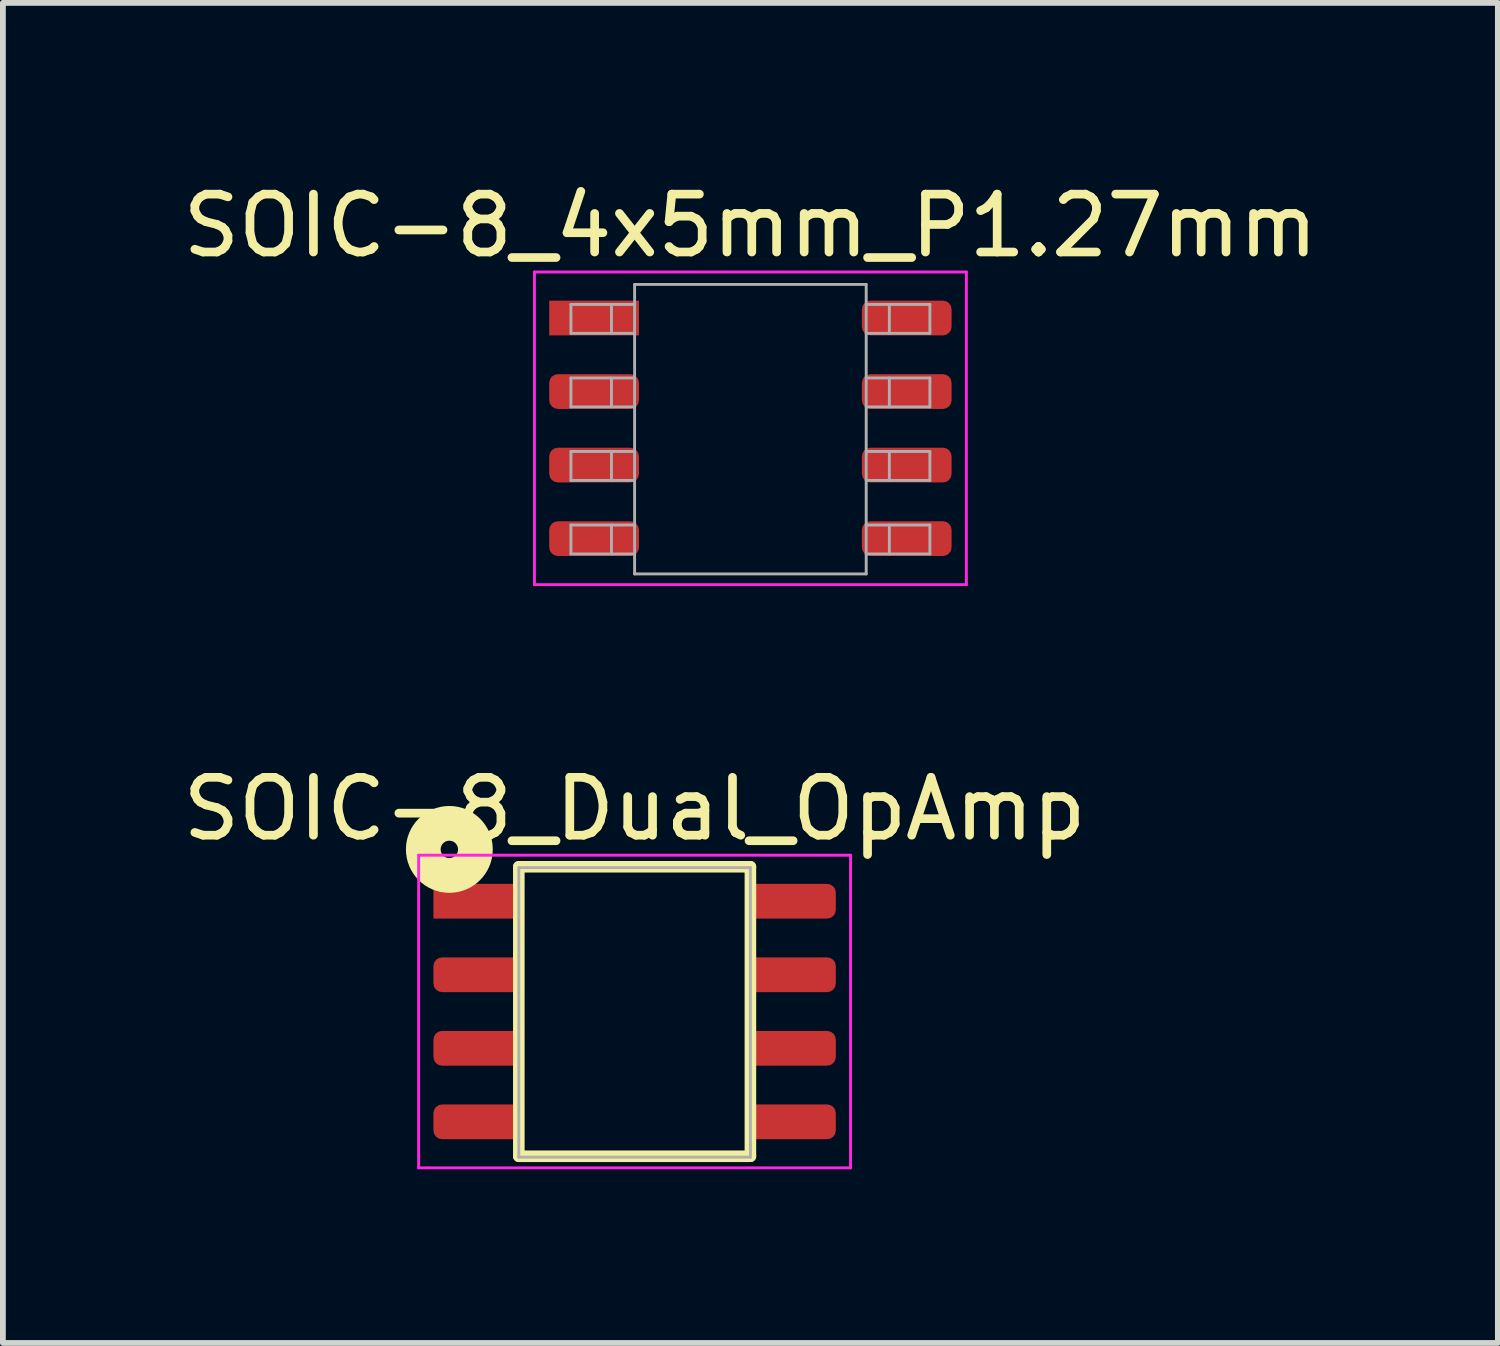
<source format=kicad_pcb>
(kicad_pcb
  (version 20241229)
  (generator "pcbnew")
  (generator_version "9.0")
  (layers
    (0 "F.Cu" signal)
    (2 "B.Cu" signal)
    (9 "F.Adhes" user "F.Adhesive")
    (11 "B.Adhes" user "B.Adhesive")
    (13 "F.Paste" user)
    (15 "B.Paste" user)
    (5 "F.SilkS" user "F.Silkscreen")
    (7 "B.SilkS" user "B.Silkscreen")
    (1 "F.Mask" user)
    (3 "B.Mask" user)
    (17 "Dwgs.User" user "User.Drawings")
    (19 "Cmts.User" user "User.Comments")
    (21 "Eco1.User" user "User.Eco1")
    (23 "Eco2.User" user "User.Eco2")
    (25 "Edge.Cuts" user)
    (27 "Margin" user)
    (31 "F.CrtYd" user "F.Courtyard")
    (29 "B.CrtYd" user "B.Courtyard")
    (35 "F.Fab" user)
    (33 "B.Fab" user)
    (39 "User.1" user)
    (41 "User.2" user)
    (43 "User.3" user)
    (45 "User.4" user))
  (footprint "SOIC-8_4x5mm_P1.27mm"
    (layer "F.Cu")
    (at 9.911 4.348)
    (property "Reference" "SOIC-8_4x5mm_P1.27mm" (at 0 -3.5 0) (layer "F.SilkS") (effects (font (size 1 1) (thickness 0.15))))
    (attr smd)
    (fp_line (start -3.73 -2.7) (end -3.73 2.7) (stroke (width 0.05) (type solid)) (layer "F.CrtYd"))
    (fp_line (start -3.73 -2.7) (end 3.73 -2.7) (stroke (width 0.05) (type solid)) (layer "F.CrtYd"))
    (fp_line (start -3.73 2.7) (end 3.73 2.7) (stroke (width 0.05) (type solid)) (layer "F.CrtYd"))
    (fp_line (start 3.73 -2.7) (end 3.73 2.7) (stroke (width 0.05) (type solid)) (layer "F.CrtYd"))
    (fp_line (start -3.1 -0.37) (end -2 -0.37) (stroke (width 0.05) (type solid)) (layer "F.Fab"))
    (fp_line (start -3.1 0.4) (end -3.1 0.9) (stroke (width 0.05) (type solid)) (layer "F.Fab"))
    (fp_line (start -3.1 0.9) (end -2 0.9) (stroke (width 0.05) (type solid)) (layer "F.Fab"))
    (fp_line (start -3.1 1.67) (end -3.1 2.17) (stroke (width 0.05) (type solid)) (layer "F.Fab"))
    (fp_line (start -3.1 2.17) (end -2 2.17) (stroke (width 0.05) (type solid)) (layer "F.Fab"))
    (fp_line (start -3.1 -2.14) (end -3.1 -1.64) (stroke (width 0.05) (type solid)) (layer "F.Fab"))
    (fp_line (start -3.1 -1.64) (end -2 -1.64) (stroke (width 0.05) (type solid)) (layer "F.Fab"))
    (fp_line (start -3.1 -0.87) (end -3.1 -0.37) (stroke (width 0.05) (type solid)) (layer "F.Fab"))
    (fp_line (start -2.4 -2.14) (end -2.4 -1.64) (stroke (width 0.05) (type solid)) (layer "F.Fab"))
    (fp_line (start -2.4 -0.87) (end -2.4 -0.37) (stroke (width 0.05) (type solid)) (layer "F.Fab"))
    (fp_line (start -2.4 0.4) (end -2.4 0.9) (stroke (width 0.05) (type solid)) (layer "F.Fab"))
    (fp_line (start -2.4 1.67) (end -2.4 2.17) (stroke (width 0.05) (type solid)) (layer "F.Fab"))
    (fp_line (start -2 -2.485) (end -2 2.515) (stroke (width 0.05) (type solid)) (layer "F.Fab"))
    (fp_line (start -2 -0.87) (end -3.1 -0.87) (stroke (width 0.05) (type solid)) (layer "F.Fab"))
    (fp_line (start -2 0.4) (end -3.1 0.4) (stroke (width 0.05) (type solid)) (layer "F.Fab"))
    (fp_line (start -2 1.67) (end -3.1 1.67) (stroke (width 0.05) (type solid)) (layer "F.Fab"))
    (fp_line (start -2 2.515) (end 2 2.515) (stroke (width 0.05) (type solid)) (layer "F.Fab"))
    (fp_line (start -2 -2.14) (end -3.1 -2.14) (stroke (width 0.05) (type solid)) (layer "F.Fab"))
    (fp_line (start 2 -2.485) (end -2 -2.485) (stroke (width 0.05) (type solid)) (layer "F.Fab"))
    (fp_line (start 2 -2.14) (end 3.1 -2.14) (stroke (width 0.05) (type solid)) (layer "F.Fab"))
    (fp_line (start 2 -0.87) (end 3.1 -0.87) (stroke (width 0.05) (type solid)) (layer "F.Fab"))
    (fp_line (start 2 0.4) (end 3.1 0.4) (stroke (width 0.05) (type solid)) (layer "F.Fab"))
    (fp_line (start 2 1.67) (end 3.1 1.67) (stroke (width 0.05) (type solid)) (layer "F.Fab"))
    (fp_line (start 2 2.515) (end 2 -2.485) (stroke (width 0.05) (type solid)) (layer "F.Fab"))
    (fp_line (start 2.4 -2.14) (end 2.4 -1.64) (stroke (width 0.05) (type solid)) (layer "F.Fab"))
    (fp_line (start 2.4 -0.87) (end 2.4 -0.37) (stroke (width 0.05) (type solid)) (layer "F.Fab"))
    (fp_line (start 2.4 0.4) (end 2.4 0.9) (stroke (width 0.05) (type solid)) (layer "F.Fab"))
    (fp_line (start 2.4 1.67) (end 2.4 2.17) (stroke (width 0.05) (type solid)) (layer "F.Fab"))
    (fp_line (start 3.1 -2.14) (end 3.1 -1.64) (stroke (width 0.05) (type solid)) (layer "F.Fab"))
    (fp_line (start 3.1 -1.64) (end 2 -1.64) (stroke (width 0.05) (type solid)) (layer "F.Fab"))
    (fp_line (start 3.1 -0.87) (end 3.1 -0.37) (stroke (width 0.05) (type solid)) (layer "F.Fab"))
    (fp_line (start 3.1 -0.37) (end 2 -0.37) (stroke (width 0.05) (type solid)) (layer "F.Fab"))
    (fp_line (start 3.1 0.4) (end 3.1 0.9) (stroke (width 0.05) (type solid)) (layer "F.Fab"))
    (fp_line (start 3.1 0.9) (end 2 0.9) (stroke (width 0.05) (type solid)) (layer "F.Fab"))
    (fp_line (start 3.1 1.67) (end 3.1 2.17) (stroke (width 0.05) (type solid)) (layer "F.Fab"))
    (fp_line (start 3.1 2.17) (end 2 2.17) (stroke (width 0.05) (type solid)) (layer "F.Fab"))
    (pad "1" smd rect (at -2.7 -1.905) (size 1.55 0.6) (layers "F.Cu" "F.Mask" "F.Paste"))
    (pad "2" smd roundrect (at -2.7 -0.635) (size 1.55 0.6) (layers "F.Cu" "F.Mask" "F.Paste") (roundrect_rratio 0.25))
    (pad "3" smd roundrect (at -2.7 0.635) (size 1.55 0.6) (layers "F.Cu" "F.Mask" "F.Paste") (roundrect_rratio 0.25))
    (pad "4" smd roundrect (at -2.7 1.905) (size 1.55 0.6) (layers "F.Cu" "F.Mask" "F.Paste") (roundrect_rratio 0.25))
    (pad "5" smd roundrect (at 2.7 1.905) (size 1.55 0.6) (layers "F.Cu" "F.Mask" "F.Paste") (roundrect_rratio 0.25))
    (pad "6" smd roundrect (at 2.7 0.635) (size 1.55 0.6) (layers "F.Cu" "F.Mask" "F.Paste") (roundrect_rratio 0.25))
    (pad "7" smd roundrect (at 2.7 -0.635) (size 1.55 0.6) (layers "F.Cu" "F.Mask" "F.Paste") (roundrect_rratio 0.25))
    (pad "8" smd roundrect (at 2.7 -1.905) (size 1.55 0.6) (layers "F.Cu" "F.Mask" "F.Paste") (roundrect_rratio 0.25)))
  (footprint "SOIC-8_Dual_OpAmp"
    (layer "F.Cu")
    (at 7.911 14.421)
    (property "Reference" "SOIC-8_Dual_OpAmp" (at 0 -3.5 0) (layer "F.SilkS") (effects (font (size 1 1) (thickness 0.15))))
    (attr smd)
    (fp_line (start -2 -2.5) (end 2 -2.5) (stroke (width 0.2) (type solid)) (layer "F.SilkS"))
    (fp_line (start -2 2.5) (end -2 -2.5) (stroke (width 0.2) (type solid)) (layer "F.SilkS"))
    (fp_line (start 2 -2.5) (end 2 2.5) (stroke (width 0.2) (type solid)) (layer "F.SilkS"))
    (fp_line (start 2 2.5) (end -2 2.5) (stroke (width 0.2) (type solid)) (layer "F.SilkS"))
    (fp_circle (center -3.2 -2.8) (end -3.05 -2.8) (stroke (width 0.6) (type solid)) (fill no) (layer "F.SilkS"))
    (fp_line (start -3.1 -0.37) (end -2 -0.37) (stroke (width 0.05) (type solid)) (layer "Eco1.User"))
    (fp_line (start -3.1 0.4) (end -3.1 0.9) (stroke (width 0.05) (type solid)) (layer "Eco1.User"))
    (fp_line (start -3.1 0.9) (end -2 0.9) (stroke (width 0.05) (type solid)) (layer "Eco1.User"))
    (fp_line (start -3.1 1.67) (end -3.1 2.17) (stroke (width 0.05) (type solid)) (layer "Eco1.User"))
    (fp_line (start -3.1 2.17) (end -2 2.17) (stroke (width 0.05) (type solid)) (layer "Eco1.User"))
    (fp_line (start -3.1 -2.14) (end -3.1 -1.64) (stroke (width 0.05) (type solid)) (layer "Eco1.User"))
    (fp_line (start -3.1 -1.64) (end -2 -1.64) (stroke (width 0.05) (type solid)) (layer "Eco1.User"))
    (fp_line (start -3.1 -0.87) (end -3.1 -0.37) (stroke (width 0.05) (type solid)) (layer "Eco1.User"))
    (fp_line (start -2.4 -2.14) (end -2.4 -1.64) (stroke (width 0.05) (type solid)) (layer "Eco1.User"))
    (fp_line (start -2.4 -0.87) (end -2.4 -0.37) (stroke (width 0.05) (type solid)) (layer "Eco1.User"))
    (fp_line (start -2.4 0.4) (end -2.4 0.9) (stroke (width 0.05) (type solid)) (layer "Eco1.User"))
    (fp_line (start -2.4 1.67) (end -2.4 2.17) (stroke (width 0.05) (type solid)) (layer "Eco1.User"))
    (fp_line (start -2 -1.9) (end -1 -1.9) (stroke (width 0.05) (type solid)) (layer "Eco1.User"))
    (fp_line (start -2 -0.87) (end -3.1 -0.87) (stroke (width 0.05) (type solid)) (layer "Eco1.User"))
    (fp_line (start -2 -0.6) (end -1.2 -0.6) (stroke (width 0.05) (type solid)) (layer "Eco1.User"))
    (fp_line (start -2 0.4) (end -3.1 0.4) (stroke (width 0.05) (type solid)) (layer "Eco1.User"))
    (fp_line (start -2 1.67) (end -3.1 1.67) (stroke (width 0.05) (type solid)) (layer "Eco1.User"))
    (fp_line (start -2 -2.14) (end -3.1 -2.14) (stroke (width 0.05) (type solid)) (layer "Eco1.User"))
    (fp_line (start -1.5 -0.8) (end -1 -1.7) (stroke (width 0.05) (type solid)) (layer "Eco1.User"))
    (fp_line (start -1.3 -1) (end -1.1 -1) (stroke (width 0.05) (type solid)) (layer "Eco1.User"))
    (fp_line (start -1.2 -0.6) (end -1.2 -0.8) (stroke (width 0.05) (type solid)) (layer "Eco1.User"))
    (fp_line (start -1 -1.9) (end -1 -1.7) (stroke (width 0.05) (type solid)) (layer "Eco1.User"))
    (fp_line (start -1 -1.7) (end -0.5 -0.8) (stroke (width 0.05) (type solid)) (layer "Eco1.User"))
    (fp_line (start -0.9 -1) (end -0.7 -1) (stroke (width 0.05) (type solid)) (layer "Eco1.User"))
    (fp_line (start -0.8 -1.1) (end -0.8 -0.9) (stroke (width 0.05) (type solid)) (layer "Eco1.User"))
    (fp_line (start -0.8 -0.8) (end -0.8 0.7) (stroke (width 0.05) (type solid)) (layer "Eco1.User"))
    (fp_line (start -0.8 0.7) (end -2 0.7) (stroke (width 0.05) (type solid)) (layer "Eco1.User"))
    (fp_line (start -0.5 -0.8) (end -1.5 -0.8) (stroke (width 0.05) (type solid)) (layer "Eco1.User"))
    (fp_line (start 0.8 0.5) (end 1.3 -0.4) (stroke (width 0.05) (type solid)) (layer "Eco1.User"))
    (fp_line (start 1 0.3) (end 1.2 0.3) (stroke (width 0.05) (type solid)) (layer "Eco1.User"))
    (fp_line (start 1.1 0.2) (end 1.1 0.4) (stroke (width 0.05) (type solid)) (layer "Eco1.User"))
    (fp_line (start 1.1 0.5) (end 1.1 2) (stroke (width 0.05) (type solid)) (layer "Eco1.User"))
    (fp_line (start 1.3 -0.6) (end 1.3 -0.4) (stroke (width 0.05) (type solid)) (layer "Eco1.User"))
    (fp_line (start 1.3 -0.4) (end 1.8 0.5) (stroke (width 0.05) (type solid)) (layer "Eco1.User"))
    (fp_line (start 1.4 0.3) (end 1.6 0.3) (stroke (width 0.05) (type solid)) (layer "Eco1.User"))
    (fp_line (start 1.5 0.7) (end 1.5 0.5) (stroke (width 0.05) (type solid)) (layer "Eco1.User"))
    (fp_line (start 1.8 0.5) (end 0.8 0.5) (stroke (width 0.05) (type solid)) (layer "Eco1.User"))
    (fp_line (start 2 -2.14) (end 3.1 -2.14) (stroke (width 0.05) (type solid)) (layer "Eco1.User"))
    (fp_line (start 2 -0.87) (end 3.1 -0.87) (stroke (width 0.05) (type solid)) (layer "Eco1.User"))
    (fp_line (start 2 -0.6) (end 1.3 -0.6) (stroke (width 0.05) (type solid)) (layer "Eco1.User"))
    (fp_line (start 2 0.4) (end 3.1 0.4) (stroke (width 0.05) (type solid)) (layer "Eco1.User"))
    (fp_line (start 2 0.7) (end 1.5 0.7) (stroke (width 0.05) (type solid)) (layer "Eco1.User"))
    (fp_line (start 2 1.67) (end 3.1 1.67) (stroke (width 0.05) (type solid)) (layer "Eco1.User"))
    (fp_line (start 2 2) (end 1.1 2) (stroke (width 0.05) (type solid)) (layer "Eco1.User"))
    (fp_line (start 2.4 -2.14) (end 2.4 -1.64) (stroke (width 0.05) (type solid)) (layer "Eco1.User"))
    (fp_line (start 2.4 -0.87) (end 2.4 -0.37) (stroke (width 0.05) (type solid)) (layer "Eco1.User"))
    (fp_line (start 2.4 0.4) (end 2.4 0.9) (stroke (width 0.05) (type solid)) (layer "Eco1.User"))
    (fp_line (start 2.4 1.67) (end 2.4 2.17) (stroke (width 0.05) (type solid)) (layer "Eco1.User"))
    (fp_line (start 3.1 -2.14) (end 3.1 -1.64) (stroke (width 0.05) (type solid)) (layer "Eco1.User"))
    (fp_line (start 3.1 -1.64) (end 2 -1.64) (stroke (width 0.05) (type solid)) (layer "Eco1.User"))
    (fp_line (start 3.1 -0.87) (end 3.1 -0.37) (stroke (width 0.05) (type solid)) (layer "Eco1.User"))
    (fp_line (start 3.1 -0.37) (end 2 -0.37) (stroke (width 0.05) (type solid)) (layer "Eco1.User"))
    (fp_line (start 3.1 0.4) (end 3.1 0.9) (stroke (width 0.05) (type solid)) (layer "Eco1.User"))
    (fp_line (start 3.1 0.9) (end 2 0.9) (stroke (width 0.05) (type solid)) (layer "Eco1.User"))
    (fp_line (start 3.1 1.67) (end 3.1 2.17) (stroke (width 0.05) (type solid)) (layer "Eco1.User"))
    (fp_line (start 3.1 2.17) (end 2 2.17) (stroke (width 0.05) (type solid)) (layer "Eco1.User"))
    (fp_line (start -3.73 -2.7) (end -3.73 2.7) (stroke (width 0.05) (type solid)) (layer "F.CrtYd"))
    (fp_line (start -3.73 -2.7) (end 3.73 -2.7) (stroke (width 0.05) (type solid)) (layer "F.CrtYd"))
    (fp_line (start -3.73 2.7) (end 3.73 2.7) (stroke (width 0.05) (type solid)) (layer "F.CrtYd"))
    (fp_line (start 3.73 -2.7) (end 3.73 2.7) (stroke (width 0.05) (type solid)) (layer "F.CrtYd"))
    (fp_line (start -2 -2.485) (end -2 2.515) (stroke (width 0.05) (type solid)) (layer "F.Fab"))
    (fp_line (start -2 2.515) (end 2 2.515) (stroke (width 0.05) (type solid)) (layer "F.Fab"))
    (fp_line (start 2 -2.485) (end -2 -2.485) (stroke (width 0.05) (type solid)) (layer "F.Fab"))
    (fp_line (start 2 2.515) (end 2 -2.485) (stroke (width 0.05) (type solid)) (layer "F.Fab"))
    (fp_text user "GND" (at -1.5 1.9 0) (layer "Eco1.User") (effects (font (size 0.25 0.25) (thickness 0.037))))
    (fp_text user "VCC" (at 1.6 -1.9 0) (layer "Eco1.User") (effects (font (size 0.25 0.25) (thickness 0.037))))
    (pad "1" smd rect (at -2.7 -1.905) (size 1.55 0.6) (layers "F.Cu" "F.Mask" "F.Paste"))
    (pad "2" smd roundrect (at -2.7 -0.635) (size 1.55 0.6) (layers "F.Cu" "F.Mask" "F.Paste") (roundrect_rratio 0.25))
    (pad "3" smd roundrect (at -2.7 0.635) (size 1.55 0.6) (layers "F.Cu" "F.Mask" "F.Paste") (roundrect_rratio 0.25))
    (pad "4" smd roundrect (at -2.7 1.905) (size 1.55 0.6) (layers "F.Cu" "F.Mask" "F.Paste") (roundrect_rratio 0.25))
    (pad "5" smd roundrect (at 2.7 1.905) (size 1.55 0.6) (layers "F.Cu" "F.Mask" "F.Paste") (roundrect_rratio 0.25))
    (pad "6" smd roundrect (at 2.7 0.635) (size 1.55 0.6) (layers "F.Cu" "F.Mask" "F.Paste") (roundrect_rratio 0.25))
    (pad "7" smd roundrect (at 2.7 -0.635) (size 1.55 0.6) (layers "F.Cu" "F.Mask" "F.Paste") (roundrect_rratio 0.25))
    (pad "8" smd roundrect (at 2.7 -1.905) (size 1.55 0.6) (layers "F.Cu" "F.Mask" "F.Paste") (roundrect_rratio 0.25)))
  (gr_rect
    (start -3 -3)
    (end 22.821 20.146)
    (stroke (width 0.1) (type default))
    (fill no)
    (layer "Edge.Cuts")))
</source>
